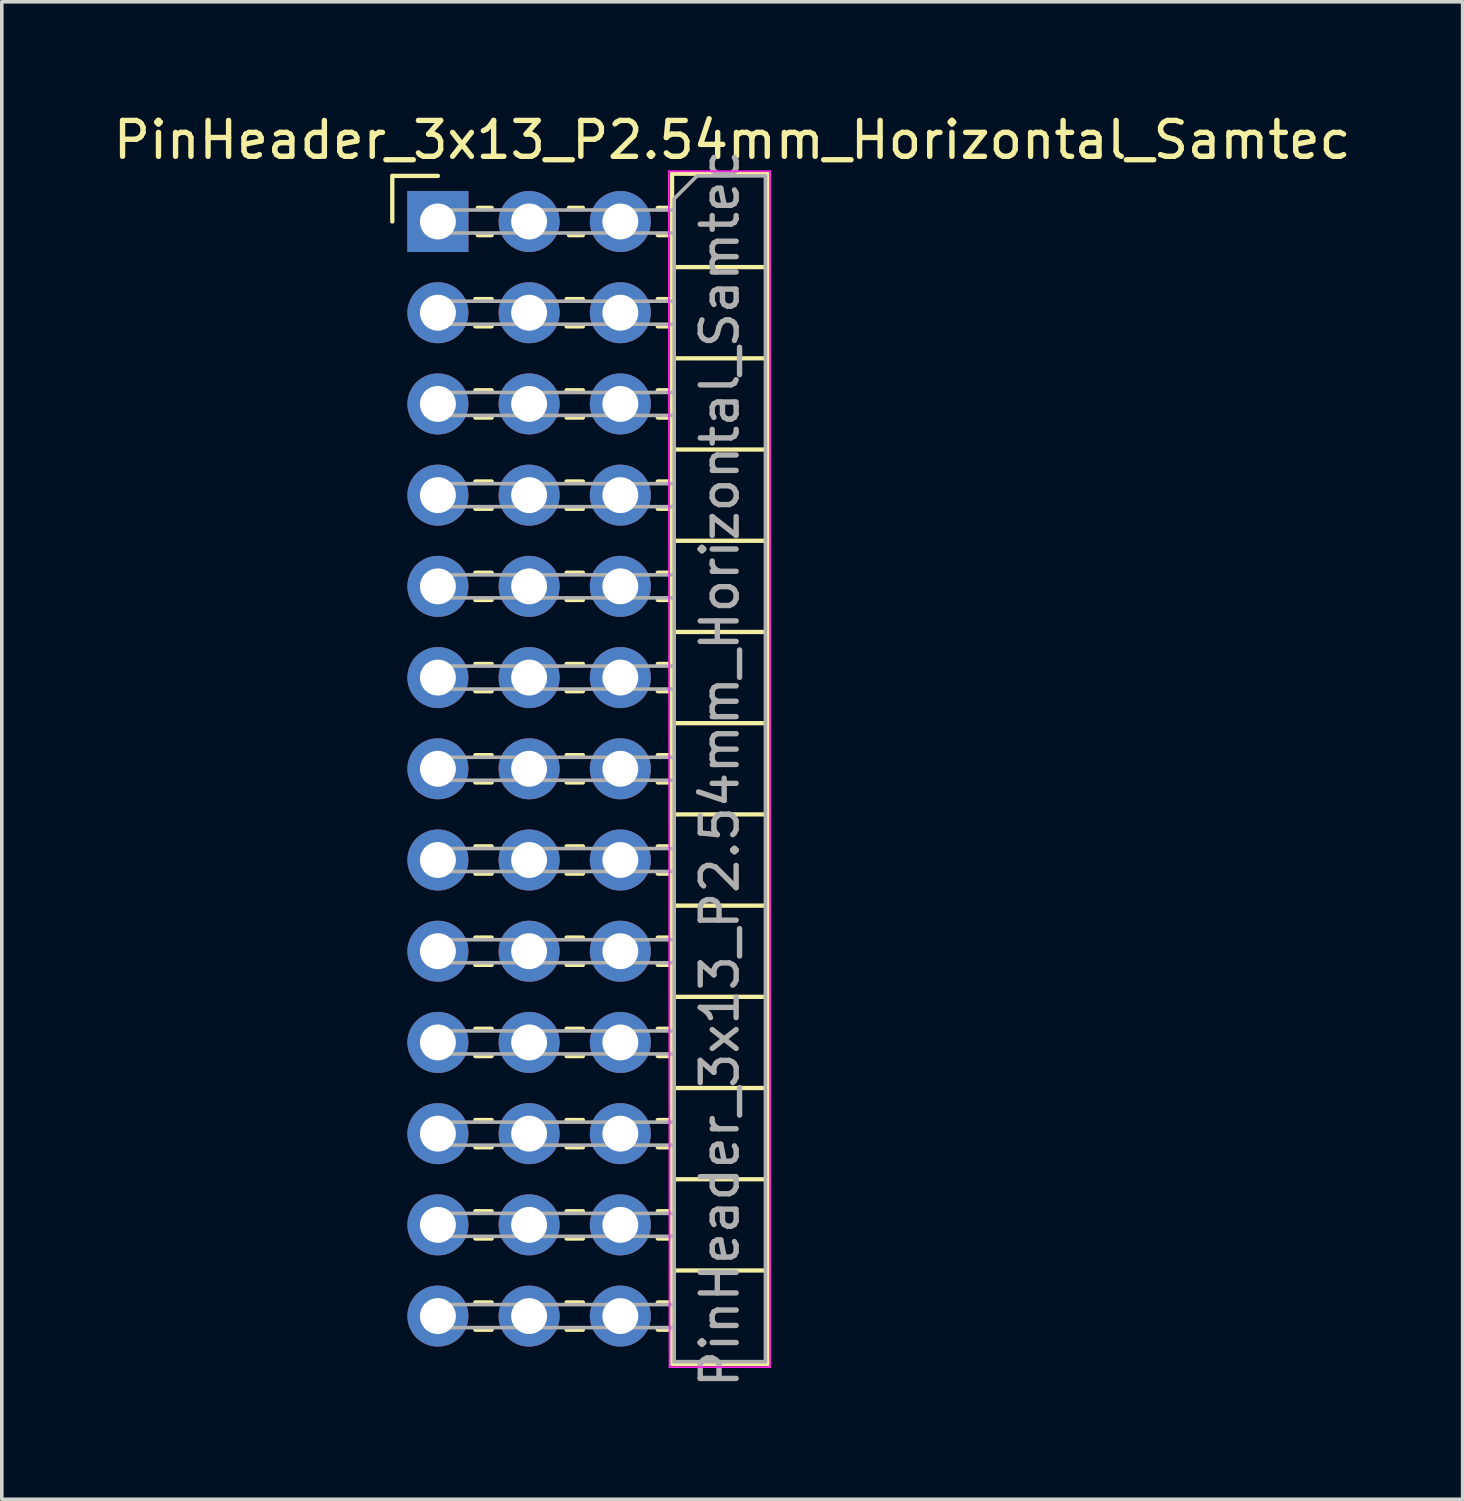
<source format=kicad_pcb>
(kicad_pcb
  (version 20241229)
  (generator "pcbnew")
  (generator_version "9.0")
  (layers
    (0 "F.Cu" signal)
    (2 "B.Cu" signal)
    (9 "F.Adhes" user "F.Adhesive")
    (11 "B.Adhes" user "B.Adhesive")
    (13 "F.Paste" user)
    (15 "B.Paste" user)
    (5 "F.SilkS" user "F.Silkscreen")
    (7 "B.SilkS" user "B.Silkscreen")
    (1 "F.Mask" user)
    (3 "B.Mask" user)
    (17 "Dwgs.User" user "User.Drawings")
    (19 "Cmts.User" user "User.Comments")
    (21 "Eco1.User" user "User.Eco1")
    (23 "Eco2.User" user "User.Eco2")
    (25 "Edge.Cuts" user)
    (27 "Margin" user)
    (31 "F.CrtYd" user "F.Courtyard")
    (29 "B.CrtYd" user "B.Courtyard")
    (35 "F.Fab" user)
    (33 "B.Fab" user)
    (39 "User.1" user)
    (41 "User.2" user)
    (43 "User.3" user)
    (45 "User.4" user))
  (footprint "PinHeader_3x13_P2.54mm_Horizontal_Samtec"
    (layer "F.Cu")
    (at 9.144 3.118)
    (property "Reference" "PinHeader_3x13_P2.54mm_Horizontal_Samtec" (at 8.195 -2.27 0) (layer "F.SilkS") (effects (font (size 1 1) (thickness 0.15))))
    (attr through_hole)
    (fp_line (start -1.27 -1.27) (end 0 -1.27) (stroke (width 0.12) (type solid)) (layer "F.SilkS"))
    (fp_line (start -1.27 0) (end -1.27 -1.27) (stroke (width 0.12) (type solid)) (layer "F.SilkS"))
    (fp_line (start 1.043 2.16) (end 1.497 2.16) (stroke (width 0.12) (type solid)) (layer "F.SilkS"))
    (fp_line (start 1.043 2.92) (end 1.497 2.92) (stroke (width 0.12) (type solid)) (layer "F.SilkS"))
    (fp_line (start 1.043 4.7) (end 1.497 4.7) (stroke (width 0.12) (type solid)) (layer "F.SilkS"))
    (fp_line (start 1.043 5.46) (end 1.497 5.46) (stroke (width 0.12) (type solid)) (layer "F.SilkS"))
    (fp_line (start 1.043 7.24) (end 1.497 7.24) (stroke (width 0.12) (type solid)) (layer "F.SilkS"))
    (fp_line (start 1.043 8) (end 1.497 8) (stroke (width 0.12) (type solid)) (layer "F.SilkS"))
    (fp_line (start 1.043 9.78) (end 1.497 9.78) (stroke (width 0.12) (type solid)) (layer "F.SilkS"))
    (fp_line (start 1.043 10.54) (end 1.497 10.54) (stroke (width 0.12) (type solid)) (layer "F.SilkS"))
    (fp_line (start 1.043 12.32) (end 1.497 12.32) (stroke (width 0.12) (type solid)) (layer "F.SilkS"))
    (fp_line (start 1.043 13.08) (end 1.497 13.08) (stroke (width 0.12) (type solid)) (layer "F.SilkS"))
    (fp_line (start 1.043 14.86) (end 1.497 14.86) (stroke (width 0.12) (type solid)) (layer "F.SilkS"))
    (fp_line (start 1.043 15.62) (end 1.497 15.62) (stroke (width 0.12) (type solid)) (layer "F.SilkS"))
    (fp_line (start 1.043 17.4) (end 1.497 17.4) (stroke (width 0.12) (type solid)) (layer "F.SilkS"))
    (fp_line (start 1.043 18.16) (end 1.497 18.16) (stroke (width 0.12) (type solid)) (layer "F.SilkS"))
    (fp_line (start 1.043 19.94) (end 1.497 19.94) (stroke (width 0.12) (type solid)) (layer "F.SilkS"))
    (fp_line (start 1.043 20.7) (end 1.497 20.7) (stroke (width 0.12) (type solid)) (layer "F.SilkS"))
    (fp_line (start 1.043 22.48) (end 1.497 22.48) (stroke (width 0.12) (type solid)) (layer "F.SilkS"))
    (fp_line (start 1.043 23.24) (end 1.497 23.24) (stroke (width 0.12) (type solid)) (layer "F.SilkS"))
    (fp_line (start 1.043 25.02) (end 1.497 25.02) (stroke (width 0.12) (type solid)) (layer "F.SilkS"))
    (fp_line (start 1.043 25.78) (end 1.497 25.78) (stroke (width 0.12) (type solid)) (layer "F.SilkS"))
    (fp_line (start 1.043 27.56) (end 1.497 27.56) (stroke (width 0.12) (type solid)) (layer "F.SilkS"))
    (fp_line (start 1.043 28.32) (end 1.497 28.32) (stroke (width 0.12) (type solid)) (layer "F.SilkS"))
    (fp_line (start 1.043 30.1) (end 1.497 30.1) (stroke (width 0.12) (type solid)) (layer "F.SilkS"))
    (fp_line (start 1.043 30.86) (end 1.497 30.86) (stroke (width 0.12) (type solid)) (layer "F.SilkS"))
    (fp_line (start 1.11 -0.38) (end 1.497 -0.38) (stroke (width 0.12) (type solid)) (layer "F.SilkS"))
    (fp_line (start 1.11 0.38) (end 1.497 0.38) (stroke (width 0.12) (type solid)) (layer "F.SilkS"))
    (fp_line (start 3.583 2.16) (end 4.037 2.16) (stroke (width 0.12) (type solid)) (layer "F.SilkS"))
    (fp_line (start 3.583 2.92) (end 4.037 2.92) (stroke (width 0.12) (type solid)) (layer "F.SilkS"))
    (fp_line (start 3.583 4.7) (end 4.037 4.7) (stroke (width 0.12) (type solid)) (layer "F.SilkS"))
    (fp_line (start 3.583 5.46) (end 4.037 5.46) (stroke (width 0.12) (type solid)) (layer "F.SilkS"))
    (fp_line (start 3.583 7.24) (end 4.037 7.24) (stroke (width 0.12) (type solid)) (layer "F.SilkS"))
    (fp_line (start 3.583 8) (end 4.037 8) (stroke (width 0.12) (type solid)) (layer "F.SilkS"))
    (fp_line (start 3.583 9.78) (end 4.037 9.78) (stroke (width 0.12) (type solid)) (layer "F.SilkS"))
    (fp_line (start 3.583 10.54) (end 4.037 10.54) (stroke (width 0.12) (type solid)) (layer "F.SilkS"))
    (fp_line (start 3.583 12.32) (end 4.037 12.32) (stroke (width 0.12) (type solid)) (layer "F.SilkS"))
    (fp_line (start 3.583 13.08) (end 4.037 13.08) (stroke (width 0.12) (type solid)) (layer "F.SilkS"))
    (fp_line (start 3.583 14.86) (end 4.037 14.86) (stroke (width 0.12) (type solid)) (layer "F.SilkS"))
    (fp_line (start 3.583 15.62) (end 4.037 15.62) (stroke (width 0.12) (type solid)) (layer "F.SilkS"))
    (fp_line (start 3.583 17.4) (end 4.037 17.4) (stroke (width 0.12) (type solid)) (layer "F.SilkS"))
    (fp_line (start 3.583 18.16) (end 4.037 18.16) (stroke (width 0.12) (type solid)) (layer "F.SilkS"))
    (fp_line (start 3.583 19.94) (end 4.037 19.94) (stroke (width 0.12) (type solid)) (layer "F.SilkS"))
    (fp_line (start 3.583 20.7) (end 4.037 20.7) (stroke (width 0.12) (type solid)) (layer "F.SilkS"))
    (fp_line (start 3.583 22.48) (end 4.037 22.48) (stroke (width 0.12) (type solid)) (layer "F.SilkS"))
    (fp_line (start 3.583 23.24) (end 4.037 23.24) (stroke (width 0.12) (type solid)) (layer "F.SilkS"))
    (fp_line (start 3.583 25.02) (end 4.037 25.02) (stroke (width 0.12) (type solid)) (layer "F.SilkS"))
    (fp_line (start 3.583 25.78) (end 4.037 25.78) (stroke (width 0.12) (type solid)) (layer "F.SilkS"))
    (fp_line (start 3.583 27.56) (end 4.037 27.56) (stroke (width 0.12) (type solid)) (layer "F.SilkS"))
    (fp_line (start 3.583 28.32) (end 4.037 28.32) (stroke (width 0.12) (type solid)) (layer "F.SilkS"))
    (fp_line (start 3.583 30.1) (end 4.037 30.1) (stroke (width 0.12) (type solid)) (layer "F.SilkS"))
    (fp_line (start 3.583 30.86) (end 4.037 30.86) (stroke (width 0.12) (type solid)) (layer "F.SilkS"))
    (fp_line (start 3.65 -0.38) (end 4.037 -0.38) (stroke (width 0.12) (type solid)) (layer "F.SilkS"))
    (fp_line (start 3.65 0.38) (end 4.037 0.38) (stroke (width 0.12) (type solid)) (layer "F.SilkS"))
    (fp_line (start 6.123 -0.38) (end 6.52 -0.38) (stroke (width 0.12) (type solid)) (layer "F.SilkS"))
    (fp_line (start 6.123 0.38) (end 6.52 0.38) (stroke (width 0.12) (type solid)) (layer "F.SilkS"))
    (fp_line (start 6.123 2.16) (end 6.52 2.16) (stroke (width 0.12) (type solid)) (layer "F.SilkS"))
    (fp_line (start 6.123 2.92) (end 6.52 2.92) (stroke (width 0.12) (type solid)) (layer "F.SilkS"))
    (fp_line (start 6.123 4.7) (end 6.52 4.7) (stroke (width 0.12) (type solid)) (layer "F.SilkS"))
    (fp_line (start 6.123 5.46) (end 6.52 5.46) (stroke (width 0.12) (type solid)) (layer "F.SilkS"))
    (fp_line (start 6.123 7.24) (end 6.52 7.24) (stroke (width 0.12) (type solid)) (layer "F.SilkS"))
    (fp_line (start 6.123 8) (end 6.52 8) (stroke (width 0.12) (type solid)) (layer "F.SilkS"))
    (fp_line (start 6.123 9.78) (end 6.52 9.78) (stroke (width 0.12) (type solid)) (layer "F.SilkS"))
    (fp_line (start 6.123 10.54) (end 6.52 10.54) (stroke (width 0.12) (type solid)) (layer "F.SilkS"))
    (fp_line (start 6.123 12.32) (end 6.52 12.32) (stroke (width 0.12) (type solid)) (layer "F.SilkS"))
    (fp_line (start 6.123 13.08) (end 6.52 13.08) (stroke (width 0.12) (type solid)) (layer "F.SilkS"))
    (fp_line (start 6.123 14.86) (end 6.52 14.86) (stroke (width 0.12) (type solid)) (layer "F.SilkS"))
    (fp_line (start 6.123 15.62) (end 6.52 15.62) (stroke (width 0.12) (type solid)) (layer "F.SilkS"))
    (fp_line (start 6.123 17.4) (end 6.52 17.4) (stroke (width 0.12) (type solid)) (layer "F.SilkS"))
    (fp_line (start 6.123 18.16) (end 6.52 18.16) (stroke (width 0.12) (type solid)) (layer "F.SilkS"))
    (fp_line (start 6.123 19.94) (end 6.52 19.94) (stroke (width 0.12) (type solid)) (layer "F.SilkS"))
    (fp_line (start 6.123 20.7) (end 6.52 20.7) (stroke (width 0.12) (type solid)) (layer "F.SilkS"))
    (fp_line (start 6.123 22.48) (end 6.52 22.48) (stroke (width 0.12) (type solid)) (layer "F.SilkS"))
    (fp_line (start 6.123 23.24) (end 6.52 23.24) (stroke (width 0.12) (type solid)) (layer "F.SilkS"))
    (fp_line (start 6.123 25.02) (end 6.52 25.02) (stroke (width 0.12) (type solid)) (layer "F.SilkS"))
    (fp_line (start 6.123 25.78) (end 6.52 25.78) (stroke (width 0.12) (type solid)) (layer "F.SilkS"))
    (fp_line (start 6.123 27.56) (end 6.52 27.56) (stroke (width 0.12) (type solid)) (layer "F.SilkS"))
    (fp_line (start 6.123 28.32) (end 6.52 28.32) (stroke (width 0.12) (type solid)) (layer "F.SilkS"))
    (fp_line (start 6.123 30.1) (end 6.52 30.1) (stroke (width 0.12) (type solid)) (layer "F.SilkS"))
    (fp_line (start 6.123 30.86) (end 6.52 30.86) (stroke (width 0.12) (type solid)) (layer "F.SilkS"))
    (fp_line (start 6.52 -1.33) (end 6.52 31.81) (stroke (width 0.12) (type solid)) (layer "F.SilkS"))
    (fp_line (start 6.52 1.27) (end 9.18 1.27) (stroke (width 0.12) (type solid)) (layer "F.SilkS"))
    (fp_line (start 6.52 3.81) (end 9.18 3.81) (stroke (width 0.12) (type solid)) (layer "F.SilkS"))
    (fp_line (start 6.52 6.35) (end 9.18 6.35) (stroke (width 0.12) (type solid)) (layer "F.SilkS"))
    (fp_line (start 6.52 8.89) (end 9.18 8.89) (stroke (width 0.12) (type solid)) (layer "F.SilkS"))
    (fp_line (start 6.52 11.43) (end 9.18 11.43) (stroke (width 0.12) (type solid)) (layer "F.SilkS"))
    (fp_line (start 6.52 13.97) (end 9.18 13.97) (stroke (width 0.12) (type solid)) (layer "F.SilkS"))
    (fp_line (start 6.52 16.51) (end 9.18 16.51) (stroke (width 0.12) (type solid)) (layer "F.SilkS"))
    (fp_line (start 6.52 19.05) (end 9.18 19.05) (stroke (width 0.12) (type solid)) (layer "F.SilkS"))
    (fp_line (start 6.52 21.59) (end 9.18 21.59) (stroke (width 0.12) (type solid)) (layer "F.SilkS"))
    (fp_line (start 6.52 24.13) (end 9.18 24.13) (stroke (width 0.12) (type solid)) (layer "F.SilkS"))
    (fp_line (start 6.52 26.67) (end 9.18 26.67) (stroke (width 0.12) (type solid)) (layer "F.SilkS"))
    (fp_line (start 6.52 29.21) (end 9.18 29.21) (stroke (width 0.12) (type solid)) (layer "F.SilkS"))
    (fp_line (start 6.52 31.81) (end 9.18 31.81) (stroke (width 0.12) (type solid)) (layer "F.SilkS"))
    (fp_line (start 9.18 -1.33) (end 6.52 -1.33) (stroke (width 0.12) (type solid)) (layer "F.SilkS"))
    (fp_line (start 9.18 31.81) (end 9.18 -1.33) (stroke (width 0.12) (type solid)) (layer "F.SilkS"))
    (fp_line (start 6.43 -1.4) (end 6.45 31.9) (stroke (width 0.05) (type solid)) (layer "F.CrtYd"))
    (fp_line (start 6.45 31.9) (end 9.25 31.9) (stroke (width 0.05) (type solid)) (layer "F.CrtYd"))
    (fp_line (start 9.25 -1.4) (end 6.43 -1.4) (stroke (width 0.05) (type solid)) (layer "F.CrtYd"))
    (fp_line (start 9.25 31.9) (end 9.25 -1.4) (stroke (width 0.05) (type solid)) (layer "F.CrtYd"))
    (fp_line (start -0.32 -0.32) (end -0.32 0.32) (stroke (width 0.1) (type solid)) (layer "F.Fab"))
    (fp_line (start -0.32 -0.32) (end 6.58 -0.32) (stroke (width 0.1) (type solid)) (layer "F.Fab"))
    (fp_line (start -0.32 0.32) (end 6.58 0.32) (stroke (width 0.1) (type solid)) (layer "F.Fab"))
    (fp_line (start -0.32 2.22) (end -0.32 2.86) (stroke (width 0.1) (type solid)) (layer "F.Fab"))
    (fp_line (start -0.32 2.22) (end 6.58 2.22) (stroke (width 0.1) (type solid)) (layer "F.Fab"))
    (fp_line (start -0.32 2.86) (end 6.58 2.86) (stroke (width 0.1) (type solid)) (layer "F.Fab"))
    (fp_line (start -0.32 4.76) (end -0.32 5.4) (stroke (width 0.1) (type solid)) (layer "F.Fab"))
    (fp_line (start -0.32 4.76) (end 6.58 4.76) (stroke (width 0.1) (type solid)) (layer "F.Fab"))
    (fp_line (start -0.32 5.4) (end 6.58 5.4) (stroke (width 0.1) (type solid)) (layer "F.Fab"))
    (fp_line (start -0.32 7.3) (end -0.32 7.94) (stroke (width 0.1) (type solid)) (layer "F.Fab"))
    (fp_line (start -0.32 7.3) (end 6.58 7.3) (stroke (width 0.1) (type solid)) (layer "F.Fab"))
    (fp_line (start -0.32 7.94) (end 6.58 7.94) (stroke (width 0.1) (type solid)) (layer "F.Fab"))
    (fp_line (start -0.32 9.84) (end -0.32 10.48) (stroke (width 0.1) (type solid)) (layer "F.Fab"))
    (fp_line (start -0.32 9.84) (end 6.58 9.84) (stroke (width 0.1) (type solid)) (layer "F.Fab"))
    (fp_line (start -0.32 10.48) (end 6.58 10.48) (stroke (width 0.1) (type solid)) (layer "F.Fab"))
    (fp_line (start -0.32 12.38) (end -0.32 13.02) (stroke (width 0.1) (type solid)) (layer "F.Fab"))
    (fp_line (start -0.32 12.38) (end 6.58 12.38) (stroke (width 0.1) (type solid)) (layer "F.Fab"))
    (fp_line (start -0.32 13.02) (end 6.58 13.02) (stroke (width 0.1) (type solid)) (layer "F.Fab"))
    (fp_line (start -0.32 14.92) (end -0.32 15.56) (stroke (width 0.1) (type solid)) (layer "F.Fab"))
    (fp_line (start -0.32 14.92) (end 6.58 14.92) (stroke (width 0.1) (type solid)) (layer "F.Fab"))
    (fp_line (start -0.32 15.56) (end 6.58 15.56) (stroke (width 0.1) (type solid)) (layer "F.Fab"))
    (fp_line (start -0.32 17.46) (end -0.32 18.1) (stroke (width 0.1) (type solid)) (layer "F.Fab"))
    (fp_line (start -0.32 17.46) (end 6.58 17.46) (stroke (width 0.1) (type solid)) (layer "F.Fab"))
    (fp_line (start -0.32 18.1) (end 6.58 18.1) (stroke (width 0.1) (type solid)) (layer "F.Fab"))
    (fp_line (start -0.32 20) (end -0.32 20.64) (stroke (width 0.1) (type solid)) (layer "F.Fab"))
    (fp_line (start -0.32 20) (end 6.58 20) (stroke (width 0.1) (type solid)) (layer "F.Fab"))
    (fp_line (start -0.32 20.64) (end 6.58 20.64) (stroke (width 0.1) (type solid)) (layer "F.Fab"))
    (fp_line (start -0.32 22.54) (end -0.32 23.18) (stroke (width 0.1) (type solid)) (layer "F.Fab"))
    (fp_line (start -0.32 22.54) (end 6.58 22.54) (stroke (width 0.1) (type solid)) (layer "F.Fab"))
    (fp_line (start -0.32 23.18) (end 6.58 23.18) (stroke (width 0.1) (type solid)) (layer "F.Fab"))
    (fp_line (start -0.32 25.08) (end -0.32 25.72) (stroke (width 0.1) (type solid)) (layer "F.Fab"))
    (fp_line (start -0.32 25.08) (end 6.58 25.08) (stroke (width 0.1) (type solid)) (layer "F.Fab"))
    (fp_line (start -0.32 25.72) (end 6.58 25.72) (stroke (width 0.1) (type solid)) (layer "F.Fab"))
    (fp_line (start -0.32 27.62) (end -0.32 28.26) (stroke (width 0.1) (type solid)) (layer "F.Fab"))
    (fp_line (start -0.32 27.62) (end 6.58 27.62) (stroke (width 0.1) (type solid)) (layer "F.Fab"))
    (fp_line (start -0.32 28.26) (end 6.58 28.26) (stroke (width 0.1) (type solid)) (layer "F.Fab"))
    (fp_line (start -0.32 30.16) (end -0.32 30.8) (stroke (width 0.1) (type solid)) (layer "F.Fab"))
    (fp_line (start -0.32 30.16) (end 6.58 30.16) (stroke (width 0.1) (type solid)) (layer "F.Fab"))
    (fp_line (start -0.32 30.8) (end 6.58 30.8) (stroke (width 0.1) (type solid)) (layer "F.Fab"))
    (fp_line (start 6.58 -0.635) (end 7.215 -1.27) (stroke (width 0.1) (type solid)) (layer "F.Fab"))
    (fp_line (start 6.58 31.75) (end 6.58 -0.635) (stroke (width 0.1) (type solid)) (layer "F.Fab"))
    (fp_line (start 7.215 -1.27) (end 9.12 -1.27) (stroke (width 0.1) (type solid)) (layer "F.Fab"))
    (fp_line (start 9.12 -1.27) (end 9.12 31.75) (stroke (width 0.1) (type solid)) (layer "F.Fab"))
    (fp_line (start 9.12 31.75) (end 6.58 31.75) (stroke (width 0.1) (type solid)) (layer "F.Fab"))
    (fp_text user "${REFERENCE}" (at 7.85 15.24 90) (layer "F.Fab") (effects (font (size 1 1) (thickness 0.15))))
    (pad "1" thru_hole rect (at 0 0) (size 1.7 1.7) (drill 1) (layers "*.Cu" "*.Mask"))
    (pad "2" thru_hole circle (at 2.54 0) (size 1.7 1.7) (drill 1) (layers "*.Cu" "*.Mask"))
    (pad "3" thru_hole circle (at 5.08 0) (size 1.7 1.7) (drill 1) (layers "*.Cu" "*.Mask"))
    (pad "4" thru_hole circle (at 0 2.54) (size 1.7 1.7) (drill 1) (layers "*.Cu" "*.Mask"))
    (pad "5" thru_hole circle (at 2.54 2.54) (size 1.7 1.7) (drill 1) (layers "*.Cu" "*.Mask"))
    (pad "6" thru_hole circle (at 5.08 2.54) (size 1.7 1.7) (drill 1) (layers "*.Cu" "*.Mask"))
    (pad "7" thru_hole circle (at 0 5.08) (size 1.7 1.7) (drill 1) (layers "*.Cu" "*.Mask"))
    (pad "8" thru_hole circle (at 2.54 5.08) (size 1.7 1.7) (drill 1) (layers "*.Cu" "*.Mask"))
    (pad "9" thru_hole circle (at 5.08 5.08) (size 1.7 1.7) (drill 1) (layers "*.Cu" "*.Mask"))
    (pad "10" thru_hole circle (at 0 7.62) (size 1.7 1.7) (drill 1) (layers "*.Cu" "*.Mask"))
    (pad "11" thru_hole circle (at 2.54 7.62) (size 1.7 1.7) (drill 1) (layers "*.Cu" "*.Mask"))
    (pad "12" thru_hole circle (at 5.08 7.62) (size 1.7 1.7) (drill 1) (layers "*.Cu" "*.Mask"))
    (pad "13" thru_hole circle (at 0 10.16) (size 1.7 1.7) (drill 1) (layers "*.Cu" "*.Mask"))
    (pad "14" thru_hole circle (at 2.54 10.16) (size 1.7 1.7) (drill 1) (layers "*.Cu" "*.Mask"))
    (pad "15" thru_hole circle (at 5.08 10.16) (size 1.7 1.7) (drill 1) (layers "*.Cu" "*.Mask"))
    (pad "16" thru_hole circle (at 0 12.7) (size 1.7 1.7) (drill 1) (layers "*.Cu" "*.Mask"))
    (pad "17" thru_hole circle (at 2.54 12.7) (size 1.7 1.7) (drill 1) (layers "*.Cu" "*.Mask"))
    (pad "18" thru_hole circle (at 5.08 12.7) (size 1.7 1.7) (drill 1) (layers "*.Cu" "*.Mask"))
    (pad "19" thru_hole circle (at 0 15.24) (size 1.7 1.7) (drill 1) (layers "*.Cu" "*.Mask"))
    (pad "20" thru_hole circle (at 2.54 15.24) (size 1.7 1.7) (drill 1) (layers "*.Cu" "*.Mask"))
    (pad "21" thru_hole circle (at 5.08 15.24) (size 1.7 1.7) (drill 1) (layers "*.Cu" "*.Mask"))
    (pad "22" thru_hole circle (at 0 17.78) (size 1.7 1.7) (drill 1) (layers "*.Cu" "*.Mask"))
    (pad "23" thru_hole circle (at 2.54 17.78) (size 1.7 1.7) (drill 1) (layers "*.Cu" "*.Mask"))
    (pad "24" thru_hole circle (at 5.08 17.78) (size 1.7 1.7) (drill 1) (layers "*.Cu" "*.Mask"))
    (pad "25" thru_hole circle (at 0 20.32) (size 1.7 1.7) (drill 1) (layers "*.Cu" "*.Mask"))
    (pad "26" thru_hole circle (at 2.54 20.32) (size 1.7 1.7) (drill 1) (layers "*.Cu" "*.Mask"))
    (pad "27" thru_hole circle (at 5.08 20.32) (size 1.7 1.7) (drill 1) (layers "*.Cu" "*.Mask"))
    (pad "28" thru_hole circle (at 0 22.86) (size 1.7 1.7) (drill 1) (layers "*.Cu" "*.Mask"))
    (pad "29" thru_hole circle (at 2.54 22.86) (size 1.7 1.7) (drill 1) (layers "*.Cu" "*.Mask"))
    (pad "30" thru_hole circle (at 5.08 22.86) (size 1.7 1.7) (drill 1) (layers "*.Cu" "*.Mask"))
    (pad "31" thru_hole circle (at 0 25.4) (size 1.7 1.7) (drill 1) (layers "*.Cu" "*.Mask"))
    (pad "32" thru_hole circle (at 2.54 25.4) (size 1.7 1.7) (drill 1) (layers "*.Cu" "*.Mask"))
    (pad "33" thru_hole circle (at 5.08 25.4) (size 1.7 1.7) (drill 1) (layers "*.Cu" "*.Mask"))
    (pad "34" thru_hole circle (at 0 27.94) (size 1.7 1.7) (drill 1) (layers "*.Cu" "*.Mask"))
    (pad "35" thru_hole circle (at 2.54 27.94) (size 1.7 1.7) (drill 1) (layers "*.Cu" "*.Mask"))
    (pad "36" thru_hole circle (at 5.08 27.94) (size 1.7 1.7) (drill 1) (layers "*.Cu" "*.Mask"))
    (pad "37" thru_hole circle (at 0 30.48) (size 1.7 1.7) (drill 1) (layers "*.Cu" "*.Mask"))
    (pad "38" thru_hole circle (at 2.54 30.48) (size 1.7 1.7) (drill 1) (layers "*.Cu" "*.Mask"))
    (pad "39" thru_hole circle (at 5.08 30.48) (size 1.7 1.7) (drill 1) (layers "*.Cu" "*.Mask")))
  (gr_rect
    (start -3 -3)
    (end 37.679 38.698)
    (stroke (width 0.1) (type default))
    (fill no)
    (layer "Edge.Cuts")))
</source>
